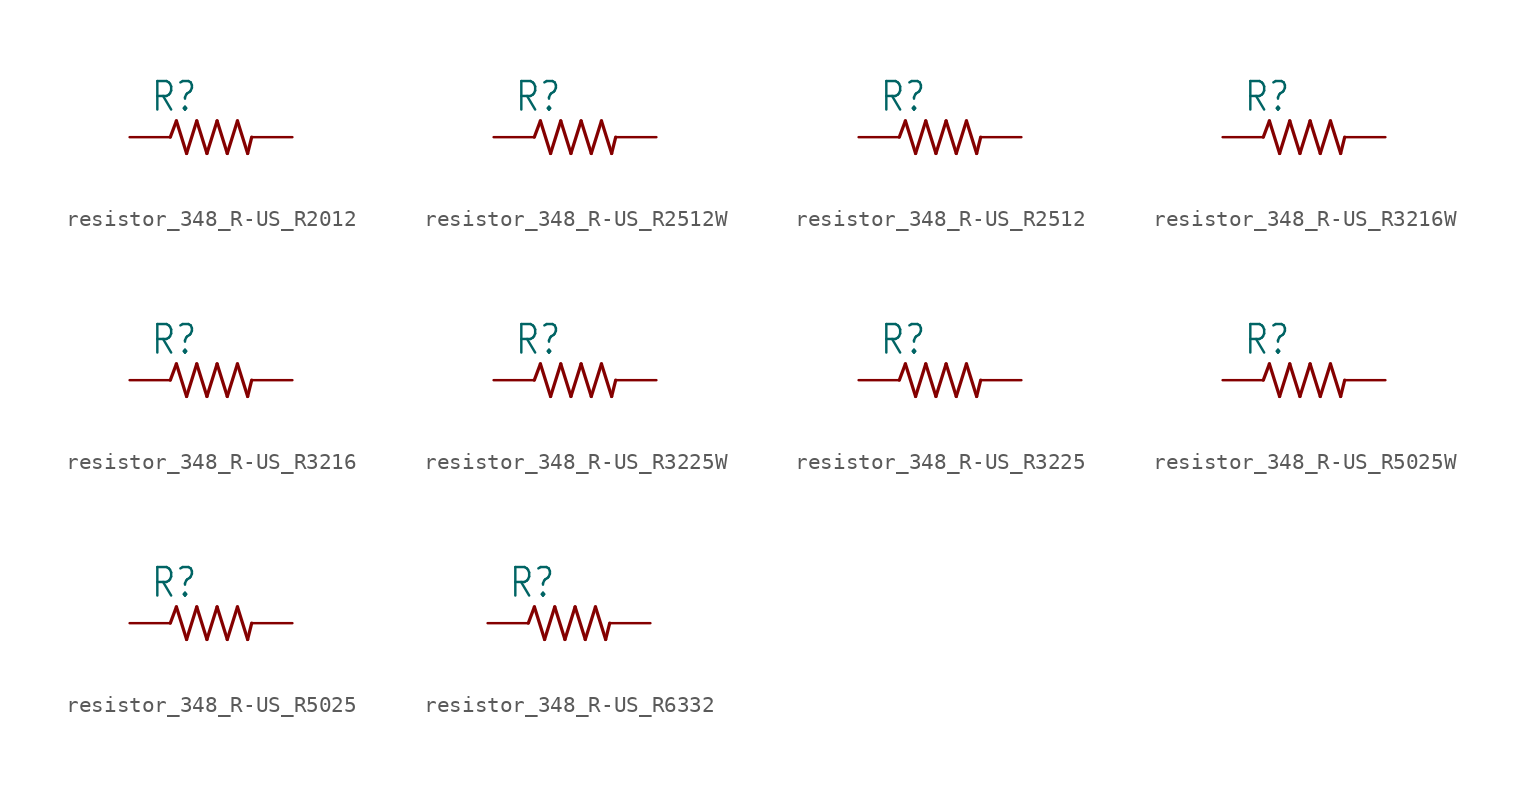
<source format=kicad_sym>
(kicad_symbol_lib
  (version 20241209)
  (generator "kicad_symbol_editor")
  (generator_version "9.0")
  (symbol "resistor_348_R-US_R2012"
    (property "Reference" "R"
      (at -3.81 1.499 0)
      (effects (font (size 1.778 1.511)) (justify left bottom)))
    (property "Value" ""
      (at -3.81 -3.302 0)
      (effects (font (size 1.778 1.511)) (justify left bottom)))
    (property "ki_locked" ""
      (at 0 0 0)
      (effects (font (size 1.27 1.27))))
    (symbol "resistor_348_R-US_R2012_1_0"
      (polyline (pts (xy -2.54 0) (xy -2.159 1.016)) (stroke (width 0.203) (type solid)) (fill (type none)))
      (polyline (pts (xy -2.159 1.016) (xy -1.524 -1.016)) (stroke (width 0.203) (type solid)) (fill (type none)))
      (polyline (pts (xy -1.524 -1.016) (xy -0.889 1.016)) (stroke (width 0.203) (type solid)) (fill (type none)))
      (polyline (pts (xy -0.889 1.016) (xy -0.254 -1.016)) (stroke (width 0.203) (type solid)) (fill (type none)))
      (polyline (pts (xy -0.254 -1.016) (xy 0.381 1.016)) (stroke (width 0.203) (type solid)) (fill (type none)))
      (polyline (pts (xy 0.381 1.016) (xy 1.016 -1.016)) (stroke (width 0.203) (type solid)) (fill (type none)))
      (polyline (pts (xy 1.016 -1.016) (xy 1.651 1.016)) (stroke (width 0.203) (type solid)) (fill (type none)))
      (polyline (pts (xy 1.651 1.016) (xy 2.286 -1.016)) (stroke (width 0.203) (type solid)) (fill (type none)))
      (polyline (pts (xy 2.286 -1.016) (xy 2.54 0)) (stroke (width 0.203) (type solid)) (fill (type none)))
      (pin passive line (at -5.08 0 0) (length 2.54) (name "1" (effects (font (size 0 0)))) (number "1" (effects (font (size 0 0)))))
      (pin passive line (at 5.08 0 180) (length 2.54) (name "2" (effects (font (size 0 0)))) (number "2" (effects (font (size 0 0)))))))
  (symbol "resistor_348_R-US_R2512W"
    (property "Reference" "R"
      (at -3.81 1.499 0)
      (effects (font (size 1.778 1.511)) (justify left bottom)))
    (property "Value" ""
      (at -3.81 -3.302 0)
      (effects (font (size 1.778 1.511)) (justify left bottom)))
    (property "ki_locked" ""
      (at 0 0 0)
      (effects (font (size 1.27 1.27))))
    (symbol "resistor_348_R-US_R2512W_1_0"
      (polyline (pts (xy -2.54 0) (xy -2.159 1.016)) (stroke (width 0.203) (type solid)) (fill (type none)))
      (polyline (pts (xy -2.159 1.016) (xy -1.524 -1.016)) (stroke (width 0.203) (type solid)) (fill (type none)))
      (polyline (pts (xy -1.524 -1.016) (xy -0.889 1.016)) (stroke (width 0.203) (type solid)) (fill (type none)))
      (polyline (pts (xy -0.889 1.016) (xy -0.254 -1.016)) (stroke (width 0.203) (type solid)) (fill (type none)))
      (polyline (pts (xy -0.254 -1.016) (xy 0.381 1.016)) (stroke (width 0.203) (type solid)) (fill (type none)))
      (polyline (pts (xy 0.381 1.016) (xy 1.016 -1.016)) (stroke (width 0.203) (type solid)) (fill (type none)))
      (polyline (pts (xy 1.016 -1.016) (xy 1.651 1.016)) (stroke (width 0.203) (type solid)) (fill (type none)))
      (polyline (pts (xy 1.651 1.016) (xy 2.286 -1.016)) (stroke (width 0.203) (type solid)) (fill (type none)))
      (polyline (pts (xy 2.286 -1.016) (xy 2.54 0)) (stroke (width 0.203) (type solid)) (fill (type none)))
      (pin passive line (at -5.08 0 0) (length 2.54) (name "1" (effects (font (size 0 0)))) (number "1" (effects (font (size 0 0)))))
      (pin passive line (at 5.08 0 180) (length 2.54) (name "2" (effects (font (size 0 0)))) (number "2" (effects (font (size 0 0)))))))
  (symbol "resistor_348_R-US_R2512"
    (property "Reference" "R"
      (at -3.81 1.499 0)
      (effects (font (size 1.778 1.511)) (justify left bottom)))
    (property "Value" ""
      (at -3.81 -3.302 0)
      (effects (font (size 1.778 1.511)) (justify left bottom)))
    (property "ki_locked" ""
      (at 0 0 0)
      (effects (font (size 1.27 1.27))))
    (symbol "resistor_348_R-US_R2512_1_0"
      (polyline (pts (xy -2.54 0) (xy -2.159 1.016)) (stroke (width 0.203) (type solid)) (fill (type none)))
      (polyline (pts (xy -2.159 1.016) (xy -1.524 -1.016)) (stroke (width 0.203) (type solid)) (fill (type none)))
      (polyline (pts (xy -1.524 -1.016) (xy -0.889 1.016)) (stroke (width 0.203) (type solid)) (fill (type none)))
      (polyline (pts (xy -0.889 1.016) (xy -0.254 -1.016)) (stroke (width 0.203) (type solid)) (fill (type none)))
      (polyline (pts (xy -0.254 -1.016) (xy 0.381 1.016)) (stroke (width 0.203) (type solid)) (fill (type none)))
      (polyline (pts (xy 0.381 1.016) (xy 1.016 -1.016)) (stroke (width 0.203) (type solid)) (fill (type none)))
      (polyline (pts (xy 1.016 -1.016) (xy 1.651 1.016)) (stroke (width 0.203) (type solid)) (fill (type none)))
      (polyline (pts (xy 1.651 1.016) (xy 2.286 -1.016)) (stroke (width 0.203) (type solid)) (fill (type none)))
      (polyline (pts (xy 2.286 -1.016) (xy 2.54 0)) (stroke (width 0.203) (type solid)) (fill (type none)))
      (pin passive line (at -5.08 0 0) (length 2.54) (name "1" (effects (font (size 0 0)))) (number "1" (effects (font (size 0 0)))))
      (pin passive line (at 5.08 0 180) (length 2.54) (name "2" (effects (font (size 0 0)))) (number "2" (effects (font (size 0 0)))))))
  (symbol "resistor_348_R-US_R3216W"
    (property "Reference" "R"
      (at -3.81 1.499 0)
      (effects (font (size 1.778 1.511)) (justify left bottom)))
    (property "Value" ""
      (at -3.81 -3.302 0)
      (effects (font (size 1.778 1.511)) (justify left bottom)))
    (property "ki_locked" ""
      (at 0 0 0)
      (effects (font (size 1.27 1.27))))
    (symbol "resistor_348_R-US_R3216W_1_0"
      (polyline (pts (xy -2.54 0) (xy -2.159 1.016)) (stroke (width 0.203) (type solid)) (fill (type none)))
      (polyline (pts (xy -2.159 1.016) (xy -1.524 -1.016)) (stroke (width 0.203) (type solid)) (fill (type none)))
      (polyline (pts (xy -1.524 -1.016) (xy -0.889 1.016)) (stroke (width 0.203) (type solid)) (fill (type none)))
      (polyline (pts (xy -0.889 1.016) (xy -0.254 -1.016)) (stroke (width 0.203) (type solid)) (fill (type none)))
      (polyline (pts (xy -0.254 -1.016) (xy 0.381 1.016)) (stroke (width 0.203) (type solid)) (fill (type none)))
      (polyline (pts (xy 0.381 1.016) (xy 1.016 -1.016)) (stroke (width 0.203) (type solid)) (fill (type none)))
      (polyline (pts (xy 1.016 -1.016) (xy 1.651 1.016)) (stroke (width 0.203) (type solid)) (fill (type none)))
      (polyline (pts (xy 1.651 1.016) (xy 2.286 -1.016)) (stroke (width 0.203) (type solid)) (fill (type none)))
      (polyline (pts (xy 2.286 -1.016) (xy 2.54 0)) (stroke (width 0.203) (type solid)) (fill (type none)))
      (pin passive line (at -5.08 0 0) (length 2.54) (name "1" (effects (font (size 0 0)))) (number "1" (effects (font (size 0 0)))))
      (pin passive line (at 5.08 0 180) (length 2.54) (name "2" (effects (font (size 0 0)))) (number "2" (effects (font (size 0 0)))))))
  (symbol "resistor_348_R-US_R3216"
    (property "Reference" "R"
      (at -3.81 1.499 0)
      (effects (font (size 1.778 1.511)) (justify left bottom)))
    (property "Value" ""
      (at -3.81 -3.302 0)
      (effects (font (size 1.778 1.511)) (justify left bottom)))
    (property "ki_locked" ""
      (at 0 0 0)
      (effects (font (size 1.27 1.27))))
    (symbol "resistor_348_R-US_R3216_1_0"
      (polyline (pts (xy -2.54 0) (xy -2.159 1.016)) (stroke (width 0.203) (type solid)) (fill (type none)))
      (polyline (pts (xy -2.159 1.016) (xy -1.524 -1.016)) (stroke (width 0.203) (type solid)) (fill (type none)))
      (polyline (pts (xy -1.524 -1.016) (xy -0.889 1.016)) (stroke (width 0.203) (type solid)) (fill (type none)))
      (polyline (pts (xy -0.889 1.016) (xy -0.254 -1.016)) (stroke (width 0.203) (type solid)) (fill (type none)))
      (polyline (pts (xy -0.254 -1.016) (xy 0.381 1.016)) (stroke (width 0.203) (type solid)) (fill (type none)))
      (polyline (pts (xy 0.381 1.016) (xy 1.016 -1.016)) (stroke (width 0.203) (type solid)) (fill (type none)))
      (polyline (pts (xy 1.016 -1.016) (xy 1.651 1.016)) (stroke (width 0.203) (type solid)) (fill (type none)))
      (polyline (pts (xy 1.651 1.016) (xy 2.286 -1.016)) (stroke (width 0.203) (type solid)) (fill (type none)))
      (polyline (pts (xy 2.286 -1.016) (xy 2.54 0)) (stroke (width 0.203) (type solid)) (fill (type none)))
      (pin passive line (at -5.08 0 0) (length 2.54) (name "1" (effects (font (size 0 0)))) (number "1" (effects (font (size 0 0)))))
      (pin passive line (at 5.08 0 180) (length 2.54) (name "2" (effects (font (size 0 0)))) (number "2" (effects (font (size 0 0)))))))
  (symbol "resistor_348_R-US_R3225W"
    (property "Reference" "R"
      (at -3.81 1.499 0)
      (effects (font (size 1.778 1.511)) (justify left bottom)))
    (property "Value" ""
      (at -3.81 -3.302 0)
      (effects (font (size 1.778 1.511)) (justify left bottom)))
    (property "ki_locked" ""
      (at 0 0 0)
      (effects (font (size 1.27 1.27))))
    (symbol "resistor_348_R-US_R3225W_1_0"
      (polyline (pts (xy -2.54 0) (xy -2.159 1.016)) (stroke (width 0.203) (type solid)) (fill (type none)))
      (polyline (pts (xy -2.159 1.016) (xy -1.524 -1.016)) (stroke (width 0.203) (type solid)) (fill (type none)))
      (polyline (pts (xy -1.524 -1.016) (xy -0.889 1.016)) (stroke (width 0.203) (type solid)) (fill (type none)))
      (polyline (pts (xy -0.889 1.016) (xy -0.254 -1.016)) (stroke (width 0.203) (type solid)) (fill (type none)))
      (polyline (pts (xy -0.254 -1.016) (xy 0.381 1.016)) (stroke (width 0.203) (type solid)) (fill (type none)))
      (polyline (pts (xy 0.381 1.016) (xy 1.016 -1.016)) (stroke (width 0.203) (type solid)) (fill (type none)))
      (polyline (pts (xy 1.016 -1.016) (xy 1.651 1.016)) (stroke (width 0.203) (type solid)) (fill (type none)))
      (polyline (pts (xy 1.651 1.016) (xy 2.286 -1.016)) (stroke (width 0.203) (type solid)) (fill (type none)))
      (polyline (pts (xy 2.286 -1.016) (xy 2.54 0)) (stroke (width 0.203) (type solid)) (fill (type none)))
      (pin passive line (at -5.08 0 0) (length 2.54) (name "1" (effects (font (size 0 0)))) (number "1" (effects (font (size 0 0)))))
      (pin passive line (at 5.08 0 180) (length 2.54) (name "2" (effects (font (size 0 0)))) (number "2" (effects (font (size 0 0)))))))
  (symbol "resistor_348_R-US_R3225"
    (property "Reference" "R"
      (at -3.81 1.499 0)
      (effects (font (size 1.778 1.511)) (justify left bottom)))
    (property "Value" ""
      (at -3.81 -3.302 0)
      (effects (font (size 1.778 1.511)) (justify left bottom)))
    (property "ki_locked" ""
      (at 0 0 0)
      (effects (font (size 1.27 1.27))))
    (symbol "resistor_348_R-US_R3225_1_0"
      (polyline (pts (xy -2.54 0) (xy -2.159 1.016)) (stroke (width 0.203) (type solid)) (fill (type none)))
      (polyline (pts (xy -2.159 1.016) (xy -1.524 -1.016)) (stroke (width 0.203) (type solid)) (fill (type none)))
      (polyline (pts (xy -1.524 -1.016) (xy -0.889 1.016)) (stroke (width 0.203) (type solid)) (fill (type none)))
      (polyline (pts (xy -0.889 1.016) (xy -0.254 -1.016)) (stroke (width 0.203) (type solid)) (fill (type none)))
      (polyline (pts (xy -0.254 -1.016) (xy 0.381 1.016)) (stroke (width 0.203) (type solid)) (fill (type none)))
      (polyline (pts (xy 0.381 1.016) (xy 1.016 -1.016)) (stroke (width 0.203) (type solid)) (fill (type none)))
      (polyline (pts (xy 1.016 -1.016) (xy 1.651 1.016)) (stroke (width 0.203) (type solid)) (fill (type none)))
      (polyline (pts (xy 1.651 1.016) (xy 2.286 -1.016)) (stroke (width 0.203) (type solid)) (fill (type none)))
      (polyline (pts (xy 2.286 -1.016) (xy 2.54 0)) (stroke (width 0.203) (type solid)) (fill (type none)))
      (pin passive line (at -5.08 0 0) (length 2.54) (name "1" (effects (font (size 0 0)))) (number "1" (effects (font (size 0 0)))))
      (pin passive line (at 5.08 0 180) (length 2.54) (name "2" (effects (font (size 0 0)))) (number "2" (effects (font (size 0 0)))))))
  (symbol "resistor_348_R-US_R5025W"
    (property "Reference" "R"
      (at -3.81 1.499 0)
      (effects (font (size 1.778 1.511)) (justify left bottom)))
    (property "Value" ""
      (at -3.81 -3.302 0)
      (effects (font (size 1.778 1.511)) (justify left bottom)))
    (property "ki_locked" ""
      (at 0 0 0)
      (effects (font (size 1.27 1.27))))
    (symbol "resistor_348_R-US_R5025W_1_0"
      (polyline (pts (xy -2.54 0) (xy -2.159 1.016)) (stroke (width 0.203) (type solid)) (fill (type none)))
      (polyline (pts (xy -2.159 1.016) (xy -1.524 -1.016)) (stroke (width 0.203) (type solid)) (fill (type none)))
      (polyline (pts (xy -1.524 -1.016) (xy -0.889 1.016)) (stroke (width 0.203) (type solid)) (fill (type none)))
      (polyline (pts (xy -0.889 1.016) (xy -0.254 -1.016)) (stroke (width 0.203) (type solid)) (fill (type none)))
      (polyline (pts (xy -0.254 -1.016) (xy 0.381 1.016)) (stroke (width 0.203) (type solid)) (fill (type none)))
      (polyline (pts (xy 0.381 1.016) (xy 1.016 -1.016)) (stroke (width 0.203) (type solid)) (fill (type none)))
      (polyline (pts (xy 1.016 -1.016) (xy 1.651 1.016)) (stroke (width 0.203) (type solid)) (fill (type none)))
      (polyline (pts (xy 1.651 1.016) (xy 2.286 -1.016)) (stroke (width 0.203) (type solid)) (fill (type none)))
      (polyline (pts (xy 2.286 -1.016) (xy 2.54 0)) (stroke (width 0.203) (type solid)) (fill (type none)))
      (pin passive line (at -5.08 0 0) (length 2.54) (name "1" (effects (font (size 0 0)))) (number "1" (effects (font (size 0 0)))))
      (pin passive line (at 5.08 0 180) (length 2.54) (name "2" (effects (font (size 0 0)))) (number "2" (effects (font (size 0 0)))))))
  (symbol "resistor_348_R-US_R5025"
    (property "Reference" "R"
      (at -3.81 1.499 0)
      (effects (font (size 1.778 1.511)) (justify left bottom)))
    (property "Value" ""
      (at -3.81 -3.302 0)
      (effects (font (size 1.778 1.511)) (justify left bottom)))
    (property "ki_locked" ""
      (at 0 0 0)
      (effects (font (size 1.27 1.27))))
    (symbol "resistor_348_R-US_R5025_1_0"
      (polyline (pts (xy -2.54 0) (xy -2.159 1.016)) (stroke (width 0.203) (type solid)) (fill (type none)))
      (polyline (pts (xy -2.159 1.016) (xy -1.524 -1.016)) (stroke (width 0.203) (type solid)) (fill (type none)))
      (polyline (pts (xy -1.524 -1.016) (xy -0.889 1.016)) (stroke (width 0.203) (type solid)) (fill (type none)))
      (polyline (pts (xy -0.889 1.016) (xy -0.254 -1.016)) (stroke (width 0.203) (type solid)) (fill (type none)))
      (polyline (pts (xy -0.254 -1.016) (xy 0.381 1.016)) (stroke (width 0.203) (type solid)) (fill (type none)))
      (polyline (pts (xy 0.381 1.016) (xy 1.016 -1.016)) (stroke (width 0.203) (type solid)) (fill (type none)))
      (polyline (pts (xy 1.016 -1.016) (xy 1.651 1.016)) (stroke (width 0.203) (type solid)) (fill (type none)))
      (polyline (pts (xy 1.651 1.016) (xy 2.286 -1.016)) (stroke (width 0.203) (type solid)) (fill (type none)))
      (polyline (pts (xy 2.286 -1.016) (xy 2.54 0)) (stroke (width 0.203) (type solid)) (fill (type none)))
      (pin passive line (at -5.08 0 0) (length 2.54) (name "1" (effects (font (size 0 0)))) (number "1" (effects (font (size 0 0)))))
      (pin passive line (at 5.08 0 180) (length 2.54) (name "2" (effects (font (size 0 0)))) (number "2" (effects (font (size 0 0)))))))
  (symbol "resistor_348_R-US_R6332"
    (property "Reference" "R"
      (at -3.81 1.499 0)
      (effects (font (size 1.778 1.511)) (justify left bottom)))
    (property "Value" ""
      (at -3.81 -3.302 0)
      (effects (font (size 1.778 1.511)) (justify left bottom)))
    (property "ki_locked" ""
      (at 0 0 0)
      (effects (font (size 1.27 1.27))))
    (symbol "resistor_348_R-US_R6332_1_0"
      (polyline (pts (xy -2.54 0) (xy -2.159 1.016)) (stroke (width 0.203) (type solid)) (fill (type none)))
      (polyline (pts (xy -2.159 1.016) (xy -1.524 -1.016)) (stroke (width 0.203) (type solid)) (fill (type none)))
      (polyline (pts (xy -1.524 -1.016) (xy -0.889 1.016)) (stroke (width 0.203) (type solid)) (fill (type none)))
      (polyline (pts (xy -0.889 1.016) (xy -0.254 -1.016)) (stroke (width 0.203) (type solid)) (fill (type none)))
      (polyline (pts (xy -0.254 -1.016) (xy 0.381 1.016)) (stroke (width 0.203) (type solid)) (fill (type none)))
      (polyline (pts (xy 0.381 1.016) (xy 1.016 -1.016)) (stroke (width 0.203) (type solid)) (fill (type none)))
      (polyline (pts (xy 1.016 -1.016) (xy 1.651 1.016)) (stroke (width 0.203) (type solid)) (fill (type none)))
      (polyline (pts (xy 1.651 1.016) (xy 2.286 -1.016)) (stroke (width 0.203) (type solid)) (fill (type none)))
      (polyline (pts (xy 2.286 -1.016) (xy 2.54 0)) (stroke (width 0.203) (type solid)) (fill (type none)))
      (pin passive line (at -5.08 0 0) (length 2.54) (name "1" (effects (font (size 0 0)))) (number "1" (effects (font (size 0 0)))))
      (pin passive line (at 5.08 0 180) (length 2.54) (name "2" (effects (font (size 0 0)))) (number "2" (effects (font (size 0 0))))))))
</source>
